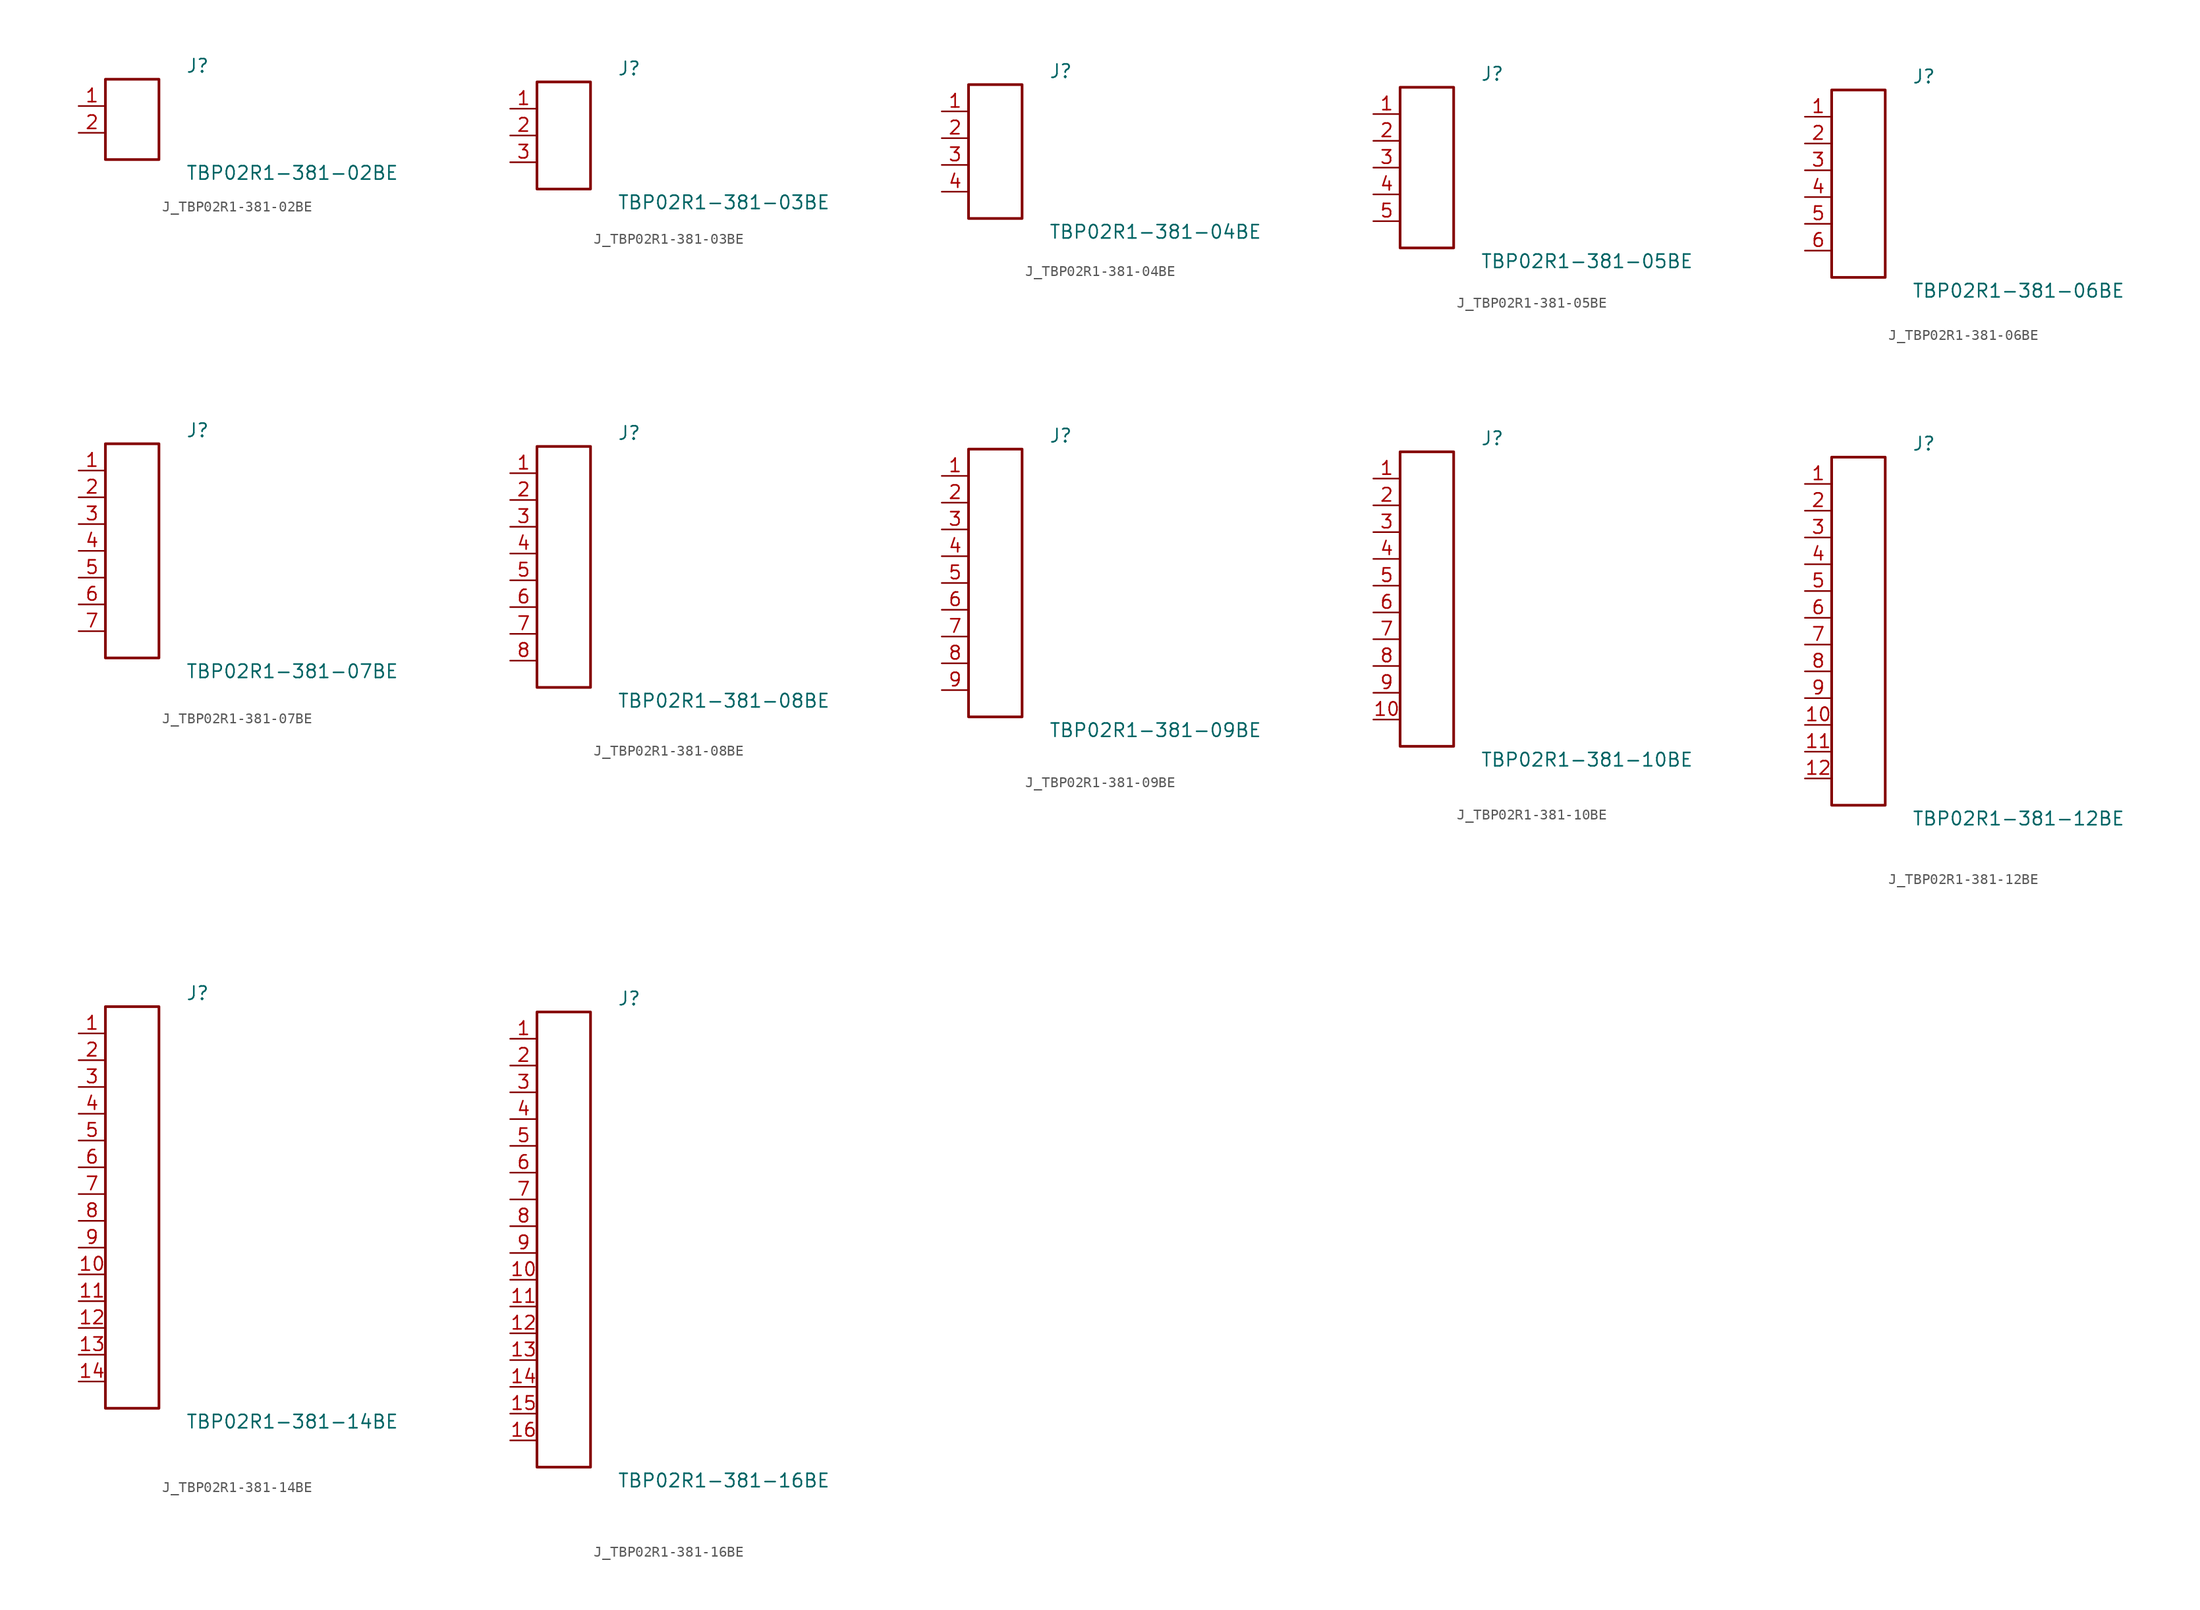
<source format=kicad_sym>
(kicad_symbol_lib
  (version 20231120)
  (generator kicad_symbol_editor)
  (generator_version 8.0)
  (symbol "J_TBP02R1-381-02BE"
    (pin_names
      (offset 0.254))
    (property "Reference" "J"
      (at 5.08 5.08 0)
      (effects (font (size 1.27 1.27)) (justify left)))
    (property "Value" "TBP02R1-381-02BE"
      (at 5.08 -5.08 0)
      (effects (font (size 1.27 1.27)) (justify left)))
    (symbol "J_TBP02R1-381-02BE_0_0"
      (pin passive line (at -5.08 1.27 0) (length 2.54) (name "" (effects (font (size 1.27 1.27)))) (number "1" (effects (font (size 1.27 1.27)))))
      (pin passive line (at -5.08 -1.27 0) (length 2.54) (name "" (effects (font (size 1.27 1.27)))) (number "2" (effects (font (size 1.27 1.27))))))
    (symbol "J_TBP02R1-381-02BE_1_0"
      (rectangle (start -2.54 3.81) (end 2.54 -3.81) (stroke (width 0.254) (type solid)) (fill (type none)))))
  (symbol "J_TBP02R1-381-03BE"
    (pin_names
      (offset 0.254))
    (property "Reference" "J"
      (at 5.08 6.35 0)
      (effects (font (size 1.27 1.27)) (justify left)))
    (property "Value" "TBP02R1-381-03BE"
      (at 5.08 -6.35 0)
      (effects (font (size 1.27 1.27)) (justify left)))
    (symbol "J_TBP02R1-381-03BE_0_0"
      (pin passive line (at -5.08 2.54 0) (length 2.54) (name "" (effects (font (size 1.27 1.27)))) (number "1" (effects (font (size 1.27 1.27)))))
      (pin passive line (at -5.08 0.0 0) (length 2.54) (name "" (effects (font (size 1.27 1.27)))) (number "2" (effects (font (size 1.27 1.27)))))
      (pin passive line (at -5.08 -2.54 0) (length 2.54) (name "" (effects (font (size 1.27 1.27)))) (number "3" (effects (font (size 1.27 1.27))))))
    (symbol "J_TBP02R1-381-03BE_1_0"
      (rectangle (start -2.54 5.08) (end 2.54 -5.08) (stroke (width 0.254) (type solid)) (fill (type none)))))
  (symbol "J_TBP02R1-381-04BE"
    (pin_names
      (offset 0.254))
    (property "Reference" "J"
      (at 5.08 7.62 0)
      (effects (font (size 1.27 1.27)) (justify left)))
    (property "Value" "TBP02R1-381-04BE"
      (at 5.08 -7.62 0)
      (effects (font (size 1.27 1.27)) (justify left)))
    (symbol "J_TBP02R1-381-04BE_0_0"
      (pin passive line (at -5.08 3.81 0) (length 2.54) (name "" (effects (font (size 1.27 1.27)))) (number "1" (effects (font (size 1.27 1.27)))))
      (pin passive line (at -5.08 1.27 0) (length 2.54) (name "" (effects (font (size 1.27 1.27)))) (number "2" (effects (font (size 1.27 1.27)))))
      (pin passive line (at -5.08 -1.27 0) (length 2.54) (name "" (effects (font (size 1.27 1.27)))) (number "3" (effects (font (size 1.27 1.27)))))
      (pin passive line (at -5.08 -3.81 0) (length 2.54) (name "" (effects (font (size 1.27 1.27)))) (number "4" (effects (font (size 1.27 1.27))))))
    (symbol "J_TBP02R1-381-04BE_1_0"
      (rectangle (start -2.54 6.35) (end 2.54 -6.35) (stroke (width 0.254) (type solid)) (fill (type none)))))
  (symbol "J_TBP02R1-381-05BE"
    (pin_names
      (offset 0.254))
    (property "Reference" "J"
      (at 5.08 8.89 0)
      (effects (font (size 1.27 1.27)) (justify left)))
    (property "Value" "TBP02R1-381-05BE"
      (at 5.08 -8.89 0)
      (effects (font (size 1.27 1.27)) (justify left)))
    (symbol "J_TBP02R1-381-05BE_0_0"
      (pin passive line (at -5.08 5.08 0) (length 2.54) (name "" (effects (font (size 1.27 1.27)))) (number "1" (effects (font (size 1.27 1.27)))))
      (pin passive line (at -5.08 2.54 0) (length 2.54) (name "" (effects (font (size 1.27 1.27)))) (number "2" (effects (font (size 1.27 1.27)))))
      (pin passive line (at -5.08 0.0 0) (length 2.54) (name "" (effects (font (size 1.27 1.27)))) (number "3" (effects (font (size 1.27 1.27)))))
      (pin passive line (at -5.08 -2.54 0) (length 2.54) (name "" (effects (font (size 1.27 1.27)))) (number "4" (effects (font (size 1.27 1.27)))))
      (pin passive line (at -5.08 -5.08 0) (length 2.54) (name "" (effects (font (size 1.27 1.27)))) (number "5" (effects (font (size 1.27 1.27))))))
    (symbol "J_TBP02R1-381-05BE_1_0"
      (rectangle (start -2.54 7.62) (end 2.54 -7.62) (stroke (width 0.254) (type solid)) (fill (type none)))))
  (symbol "J_TBP02R1-381-06BE"
    (pin_names
      (offset 0.254))
    (property "Reference" "J"
      (at 5.08 10.16 0)
      (effects (font (size 1.27 1.27)) (justify left)))
    (property "Value" "TBP02R1-381-06BE"
      (at 5.08 -10.16 0)
      (effects (font (size 1.27 1.27)) (justify left)))
    (symbol "J_TBP02R1-381-06BE_0_0"
      (pin passive line (at -5.08 6.35 0) (length 2.54) (name "" (effects (font (size 1.27 1.27)))) (number "1" (effects (font (size 1.27 1.27)))))
      (pin passive line (at -5.08 3.81 0) (length 2.54) (name "" (effects (font (size 1.27 1.27)))) (number "2" (effects (font (size 1.27 1.27)))))
      (pin passive line (at -5.08 1.27 0) (length 2.54) (name "" (effects (font (size 1.27 1.27)))) (number "3" (effects (font (size 1.27 1.27)))))
      (pin passive line (at -5.08 -1.27 0) (length 2.54) (name "" (effects (font (size 1.27 1.27)))) (number "4" (effects (font (size 1.27 1.27)))))
      (pin passive line (at -5.08 -3.81 0) (length 2.54) (name "" (effects (font (size 1.27 1.27)))) (number "5" (effects (font (size 1.27 1.27)))))
      (pin passive line (at -5.08 -6.35 0) (length 2.54) (name "" (effects (font (size 1.27 1.27)))) (number "6" (effects (font (size 1.27 1.27))))))
    (symbol "J_TBP02R1-381-06BE_1_0"
      (rectangle (start -2.54 8.89) (end 2.54 -8.89) (stroke (width 0.254) (type solid)) (fill (type none)))))
  (symbol "J_TBP02R1-381-07BE"
    (pin_names
      (offset 0.254))
    (property "Reference" "J"
      (at 5.08 11.43 0)
      (effects (font (size 1.27 1.27)) (justify left)))
    (property "Value" "TBP02R1-381-07BE"
      (at 5.08 -11.43 0)
      (effects (font (size 1.27 1.27)) (justify left)))
    (symbol "J_TBP02R1-381-07BE_0_0"
      (pin passive line (at -5.08 7.62 0) (length 2.54) (name "" (effects (font (size 1.27 1.27)))) (number "1" (effects (font (size 1.27 1.27)))))
      (pin passive line (at -5.08 5.08 0) (length 2.54) (name "" (effects (font (size 1.27 1.27)))) (number "2" (effects (font (size 1.27 1.27)))))
      (pin passive line (at -5.08 2.54 0) (length 2.54) (name "" (effects (font (size 1.27 1.27)))) (number "3" (effects (font (size 1.27 1.27)))))
      (pin passive line (at -5.08 0.0 0) (length 2.54) (name "" (effects (font (size 1.27 1.27)))) (number "4" (effects (font (size 1.27 1.27)))))
      (pin passive line (at -5.08 -2.54 0) (length 2.54) (name "" (effects (font (size 1.27 1.27)))) (number "5" (effects (font (size 1.27 1.27)))))
      (pin passive line (at -5.08 -5.08 0) (length 2.54) (name "" (effects (font (size 1.27 1.27)))) (number "6" (effects (font (size 1.27 1.27)))))
      (pin passive line (at -5.08 -7.62 0) (length 2.54) (name "" (effects (font (size 1.27 1.27)))) (number "7" (effects (font (size 1.27 1.27))))))
    (symbol "J_TBP02R1-381-07BE_1_0"
      (rectangle (start -2.54 10.16) (end 2.54 -10.16) (stroke (width 0.254) (type solid)) (fill (type none)))))
  (symbol "J_TBP02R1-381-08BE"
    (pin_names
      (offset 0.254))
    (property "Reference" "J"
      (at 5.08 12.7 0)
      (effects (font (size 1.27 1.27)) (justify left)))
    (property "Value" "TBP02R1-381-08BE"
      (at 5.08 -12.7 0)
      (effects (font (size 1.27 1.27)) (justify left)))
    (symbol "J_TBP02R1-381-08BE_0_0"
      (pin passive line (at -5.08 8.89 0) (length 2.54) (name "" (effects (font (size 1.27 1.27)))) (number "1" (effects (font (size 1.27 1.27)))))
      (pin passive line (at -5.08 6.35 0) (length 2.54) (name "" (effects (font (size 1.27 1.27)))) (number "2" (effects (font (size 1.27 1.27)))))
      (pin passive line (at -5.08 3.81 0) (length 2.54) (name "" (effects (font (size 1.27 1.27)))) (number "3" (effects (font (size 1.27 1.27)))))
      (pin passive line (at -5.08 1.27 0) (length 2.54) (name "" (effects (font (size 1.27 1.27)))) (number "4" (effects (font (size 1.27 1.27)))))
      (pin passive line (at -5.08 -1.27 0) (length 2.54) (name "" (effects (font (size 1.27 1.27)))) (number "5" (effects (font (size 1.27 1.27)))))
      (pin passive line (at -5.08 -3.81 0) (length 2.54) (name "" (effects (font (size 1.27 1.27)))) (number "6" (effects (font (size 1.27 1.27)))))
      (pin passive line (at -5.08 -6.35 0) (length 2.54) (name "" (effects (font (size 1.27 1.27)))) (number "7" (effects (font (size 1.27 1.27)))))
      (pin passive line (at -5.08 -8.89 0) (length 2.54) (name "" (effects (font (size 1.27 1.27)))) (number "8" (effects (font (size 1.27 1.27))))))
    (symbol "J_TBP02R1-381-08BE_1_0"
      (rectangle (start -2.54 11.43) (end 2.54 -11.43) (stroke (width 0.254) (type solid)) (fill (type none)))))
  (symbol "J_TBP02R1-381-09BE"
    (pin_names
      (offset 0.254))
    (property "Reference" "J"
      (at 5.08 13.97 0)
      (effects (font (size 1.27 1.27)) (justify left)))
    (property "Value" "TBP02R1-381-09BE"
      (at 5.08 -13.97 0)
      (effects (font (size 1.27 1.27)) (justify left)))
    (symbol "J_TBP02R1-381-09BE_0_0"
      (pin passive line (at -5.08 10.16 0) (length 2.54) (name "" (effects (font (size 1.27 1.27)))) (number "1" (effects (font (size 1.27 1.27)))))
      (pin passive line (at -5.08 7.62 0) (length 2.54) (name "" (effects (font (size 1.27 1.27)))) (number "2" (effects (font (size 1.27 1.27)))))
      (pin passive line (at -5.08 5.08 0) (length 2.54) (name "" (effects (font (size 1.27 1.27)))) (number "3" (effects (font (size 1.27 1.27)))))
      (pin passive line (at -5.08 2.54 0) (length 2.54) (name "" (effects (font (size 1.27 1.27)))) (number "4" (effects (font (size 1.27 1.27)))))
      (pin passive line (at -5.08 0.0 0) (length 2.54) (name "" (effects (font (size 1.27 1.27)))) (number "5" (effects (font (size 1.27 1.27)))))
      (pin passive line (at -5.08 -2.54 0) (length 2.54) (name "" (effects (font (size 1.27 1.27)))) (number "6" (effects (font (size 1.27 1.27)))))
      (pin passive line (at -5.08 -5.08 0) (length 2.54) (name "" (effects (font (size 1.27 1.27)))) (number "7" (effects (font (size 1.27 1.27)))))
      (pin passive line (at -5.08 -7.62 0) (length 2.54) (name "" (effects (font (size 1.27 1.27)))) (number "8" (effects (font (size 1.27 1.27)))))
      (pin passive line (at -5.08 -10.16 0) (length 2.54) (name "" (effects (font (size 1.27 1.27)))) (number "9" (effects (font (size 1.27 1.27))))))
    (symbol "J_TBP02R1-381-09BE_1_0"
      (rectangle (start -2.54 12.7) (end 2.54 -12.7) (stroke (width 0.254) (type solid)) (fill (type none)))))
  (symbol "J_TBP02R1-381-10BE"
    (pin_names
      (offset 0.254))
    (property "Reference" "J"
      (at 5.08 15.24 0)
      (effects (font (size 1.27 1.27)) (justify left)))
    (property "Value" "TBP02R1-381-10BE"
      (at 5.08 -15.24 0)
      (effects (font (size 1.27 1.27)) (justify left)))
    (symbol "J_TBP02R1-381-10BE_0_0"
      (pin passive line (at -5.08 11.43 0) (length 2.54) (name "" (effects (font (size 1.27 1.27)))) (number "1" (effects (font (size 1.27 1.27)))))
      (pin passive line (at -5.08 8.89 0) (length 2.54) (name "" (effects (font (size 1.27 1.27)))) (number "2" (effects (font (size 1.27 1.27)))))
      (pin passive line (at -5.08 6.35 0) (length 2.54) (name "" (effects (font (size 1.27 1.27)))) (number "3" (effects (font (size 1.27 1.27)))))
      (pin passive line (at -5.08 3.81 0) (length 2.54) (name "" (effects (font (size 1.27 1.27)))) (number "4" (effects (font (size 1.27 1.27)))))
      (pin passive line (at -5.08 1.27 0) (length 2.54) (name "" (effects (font (size 1.27 1.27)))) (number "5" (effects (font (size 1.27 1.27)))))
      (pin passive line (at -5.08 -1.27 0) (length 2.54) (name "" (effects (font (size 1.27 1.27)))) (number "6" (effects (font (size 1.27 1.27)))))
      (pin passive line (at -5.08 -3.81 0) (length 2.54) (name "" (effects (font (size 1.27 1.27)))) (number "7" (effects (font (size 1.27 1.27)))))
      (pin passive line (at -5.08 -6.35 0) (length 2.54) (name "" (effects (font (size 1.27 1.27)))) (number "8" (effects (font (size 1.27 1.27)))))
      (pin passive line (at -5.08 -8.89 0) (length 2.54) (name "" (effects (font (size 1.27 1.27)))) (number "9" (effects (font (size 1.27 1.27)))))
      (pin passive line (at -5.08 -11.43 0) (length 2.54) (name "" (effects (font (size 1.27 1.27)))) (number "10" (effects (font (size 1.27 1.27))))))
    (symbol "J_TBP02R1-381-10BE_1_0"
      (rectangle (start -2.54 13.97) (end 2.54 -13.97) (stroke (width 0.254) (type solid)) (fill (type none)))))
  (symbol "J_TBP02R1-381-12BE"
    (pin_names
      (offset 0.254))
    (property "Reference" "J"
      (at 5.08 17.78 0)
      (effects (font (size 1.27 1.27)) (justify left)))
    (property "Value" "TBP02R1-381-12BE"
      (at 5.08 -17.78 0)
      (effects (font (size 1.27 1.27)) (justify left)))
    (symbol "J_TBP02R1-381-12BE_0_0"
      (pin passive line (at -5.08 13.97 0) (length 2.54) (name "" (effects (font (size 1.27 1.27)))) (number "1" (effects (font (size 1.27 1.27)))))
      (pin passive line (at -5.08 11.43 0) (length 2.54) (name "" (effects (font (size 1.27 1.27)))) (number "2" (effects (font (size 1.27 1.27)))))
      (pin passive line (at -5.08 8.89 0) (length 2.54) (name "" (effects (font (size 1.27 1.27)))) (number "3" (effects (font (size 1.27 1.27)))))
      (pin passive line (at -5.08 6.35 0) (length 2.54) (name "" (effects (font (size 1.27 1.27)))) (number "4" (effects (font (size 1.27 1.27)))))
      (pin passive line (at -5.08 3.81 0) (length 2.54) (name "" (effects (font (size 1.27 1.27)))) (number "5" (effects (font (size 1.27 1.27)))))
      (pin passive line (at -5.08 1.27 0) (length 2.54) (name "" (effects (font (size 1.27 1.27)))) (number "6" (effects (font (size 1.27 1.27)))))
      (pin passive line (at -5.08 -1.27 0) (length 2.54) (name "" (effects (font (size 1.27 1.27)))) (number "7" (effects (font (size 1.27 1.27)))))
      (pin passive line (at -5.08 -3.81 0) (length 2.54) (name "" (effects (font (size 1.27 1.27)))) (number "8" (effects (font (size 1.27 1.27)))))
      (pin passive line (at -5.08 -6.35 0) (length 2.54) (name "" (effects (font (size 1.27 1.27)))) (number "9" (effects (font (size 1.27 1.27)))))
      (pin passive line (at -5.08 -8.89 0) (length 2.54) (name "" (effects (font (size 1.27 1.27)))) (number "10" (effects (font (size 1.27 1.27)))))
      (pin passive line (at -5.08 -11.43 0) (length 2.54) (name "" (effects (font (size 1.27 1.27)))) (number "11" (effects (font (size 1.27 1.27)))))
      (pin passive line (at -5.08 -13.97 0) (length 2.54) (name "" (effects (font (size 1.27 1.27)))) (number "12" (effects (font (size 1.27 1.27))))))
    (symbol "J_TBP02R1-381-12BE_1_0"
      (rectangle (start -2.54 16.51) (end 2.54 -16.51) (stroke (width 0.254) (type solid)) (fill (type none)))))
  (symbol "J_TBP02R1-381-14BE"
    (pin_names
      (offset 0.254))
    (property "Reference" "J"
      (at 5.08 20.32 0)
      (effects (font (size 1.27 1.27)) (justify left)))
    (property "Value" "TBP02R1-381-14BE"
      (at 5.08 -20.32 0)
      (effects (font (size 1.27 1.27)) (justify left)))
    (symbol "J_TBP02R1-381-14BE_0_0"
      (pin passive line (at -5.08 16.51 0) (length 2.54) (name "" (effects (font (size 1.27 1.27)))) (number "1" (effects (font (size 1.27 1.27)))))
      (pin passive line (at -5.08 13.97 0) (length 2.54) (name "" (effects (font (size 1.27 1.27)))) (number "2" (effects (font (size 1.27 1.27)))))
      (pin passive line (at -5.08 11.43 0) (length 2.54) (name "" (effects (font (size 1.27 1.27)))) (number "3" (effects (font (size 1.27 1.27)))))
      (pin passive line (at -5.08 8.89 0) (length 2.54) (name "" (effects (font (size 1.27 1.27)))) (number "4" (effects (font (size 1.27 1.27)))))
      (pin passive line (at -5.08 6.35 0) (length 2.54) (name "" (effects (font (size 1.27 1.27)))) (number "5" (effects (font (size 1.27 1.27)))))
      (pin passive line (at -5.08 3.81 0) (length 2.54) (name "" (effects (font (size 1.27 1.27)))) (number "6" (effects (font (size 1.27 1.27)))))
      (pin passive line (at -5.08 1.27 0) (length 2.54) (name "" (effects (font (size 1.27 1.27)))) (number "7" (effects (font (size 1.27 1.27)))))
      (pin passive line (at -5.08 -1.27 0) (length 2.54) (name "" (effects (font (size 1.27 1.27)))) (number "8" (effects (font (size 1.27 1.27)))))
      (pin passive line (at -5.08 -3.81 0) (length 2.54) (name "" (effects (font (size 1.27 1.27)))) (number "9" (effects (font (size 1.27 1.27)))))
      (pin passive line (at -5.08 -6.35 0) (length 2.54) (name "" (effects (font (size 1.27 1.27)))) (number "10" (effects (font (size 1.27 1.27)))))
      (pin passive line (at -5.08 -8.89 0) (length 2.54) (name "" (effects (font (size 1.27 1.27)))) (number "11" (effects (font (size 1.27 1.27)))))
      (pin passive line (at -5.08 -11.43 0) (length 2.54) (name "" (effects (font (size 1.27 1.27)))) (number "12" (effects (font (size 1.27 1.27)))))
      (pin passive line (at -5.08 -13.97 0) (length 2.54) (name "" (effects (font (size 1.27 1.27)))) (number "13" (effects (font (size 1.27 1.27)))))
      (pin passive line (at -5.08 -16.51 0) (length 2.54) (name "" (effects (font (size 1.27 1.27)))) (number "14" (effects (font (size 1.27 1.27))))))
    (symbol "J_TBP02R1-381-14BE_1_0"
      (rectangle (start -2.54 19.05) (end 2.54 -19.05) (stroke (width 0.254) (type solid)) (fill (type none)))))
  (symbol "J_TBP02R1-381-16BE"
    (pin_names
      (offset 0.254))
    (property "Reference" "J"
      (at 5.08 22.86 0)
      (effects (font (size 1.27 1.27)) (justify left)))
    (property "Value" "TBP02R1-381-16BE"
      (at 5.08 -22.86 0)
      (effects (font (size 1.27 1.27)) (justify left)))
    (symbol "J_TBP02R1-381-16BE_0_0"
      (pin passive line (at -5.08 19.05 0) (length 2.54) (name "" (effects (font (size 1.27 1.27)))) (number "1" (effects (font (size 1.27 1.27)))))
      (pin passive line (at -5.08 16.51 0) (length 2.54) (name "" (effects (font (size 1.27 1.27)))) (number "2" (effects (font (size 1.27 1.27)))))
      (pin passive line (at -5.08 13.97 0) (length 2.54) (name "" (effects (font (size 1.27 1.27)))) (number "3" (effects (font (size 1.27 1.27)))))
      (pin passive line (at -5.08 11.43 0) (length 2.54) (name "" (effects (font (size 1.27 1.27)))) (number "4" (effects (font (size 1.27 1.27)))))
      (pin passive line (at -5.08 8.89 0) (length 2.54) (name "" (effects (font (size 1.27 1.27)))) (number "5" (effects (font (size 1.27 1.27)))))
      (pin passive line (at -5.08 6.35 0) (length 2.54) (name "" (effects (font (size 1.27 1.27)))) (number "6" (effects (font (size 1.27 1.27)))))
      (pin passive line (at -5.08 3.81 0) (length 2.54) (name "" (effects (font (size 1.27 1.27)))) (number "7" (effects (font (size 1.27 1.27)))))
      (pin passive line (at -5.08 1.27 0) (length 2.54) (name "" (effects (font (size 1.27 1.27)))) (number "8" (effects (font (size 1.27 1.27)))))
      (pin passive line (at -5.08 -1.27 0) (length 2.54) (name "" (effects (font (size 1.27 1.27)))) (number "9" (effects (font (size 1.27 1.27)))))
      (pin passive line (at -5.08 -3.81 0) (length 2.54) (name "" (effects (font (size 1.27 1.27)))) (number "10" (effects (font (size 1.27 1.27)))))
      (pin passive line (at -5.08 -6.35 0) (length 2.54) (name "" (effects (font (size 1.27 1.27)))) (number "11" (effects (font (size 1.27 1.27)))))
      (pin passive line (at -5.08 -8.89 0) (length 2.54) (name "" (effects (font (size 1.27 1.27)))) (number "12" (effects (font (size 1.27 1.27)))))
      (pin passive line (at -5.08 -11.43 0) (length 2.54) (name "" (effects (font (size 1.27 1.27)))) (number "13" (effects (font (size 1.27 1.27)))))
      (pin passive line (at -5.08 -13.97 0) (length 2.54) (name "" (effects (font (size 1.27 1.27)))) (number "14" (effects (font (size 1.27 1.27)))))
      (pin passive line (at -5.08 -16.51 0) (length 2.54) (name "" (effects (font (size 1.27 1.27)))) (number "15" (effects (font (size 1.27 1.27)))))
      (pin passive line (at -5.08 -19.05 0) (length 2.54) (name "" (effects (font (size 1.27 1.27)))) (number "16" (effects (font (size 1.27 1.27))))))
    (symbol "J_TBP02R1-381-16BE_1_0"
      (rectangle (start -2.54 21.59) (end 2.54 -21.59) (stroke (width 0.254) (type solid)) (fill (type none))))))
</source>
